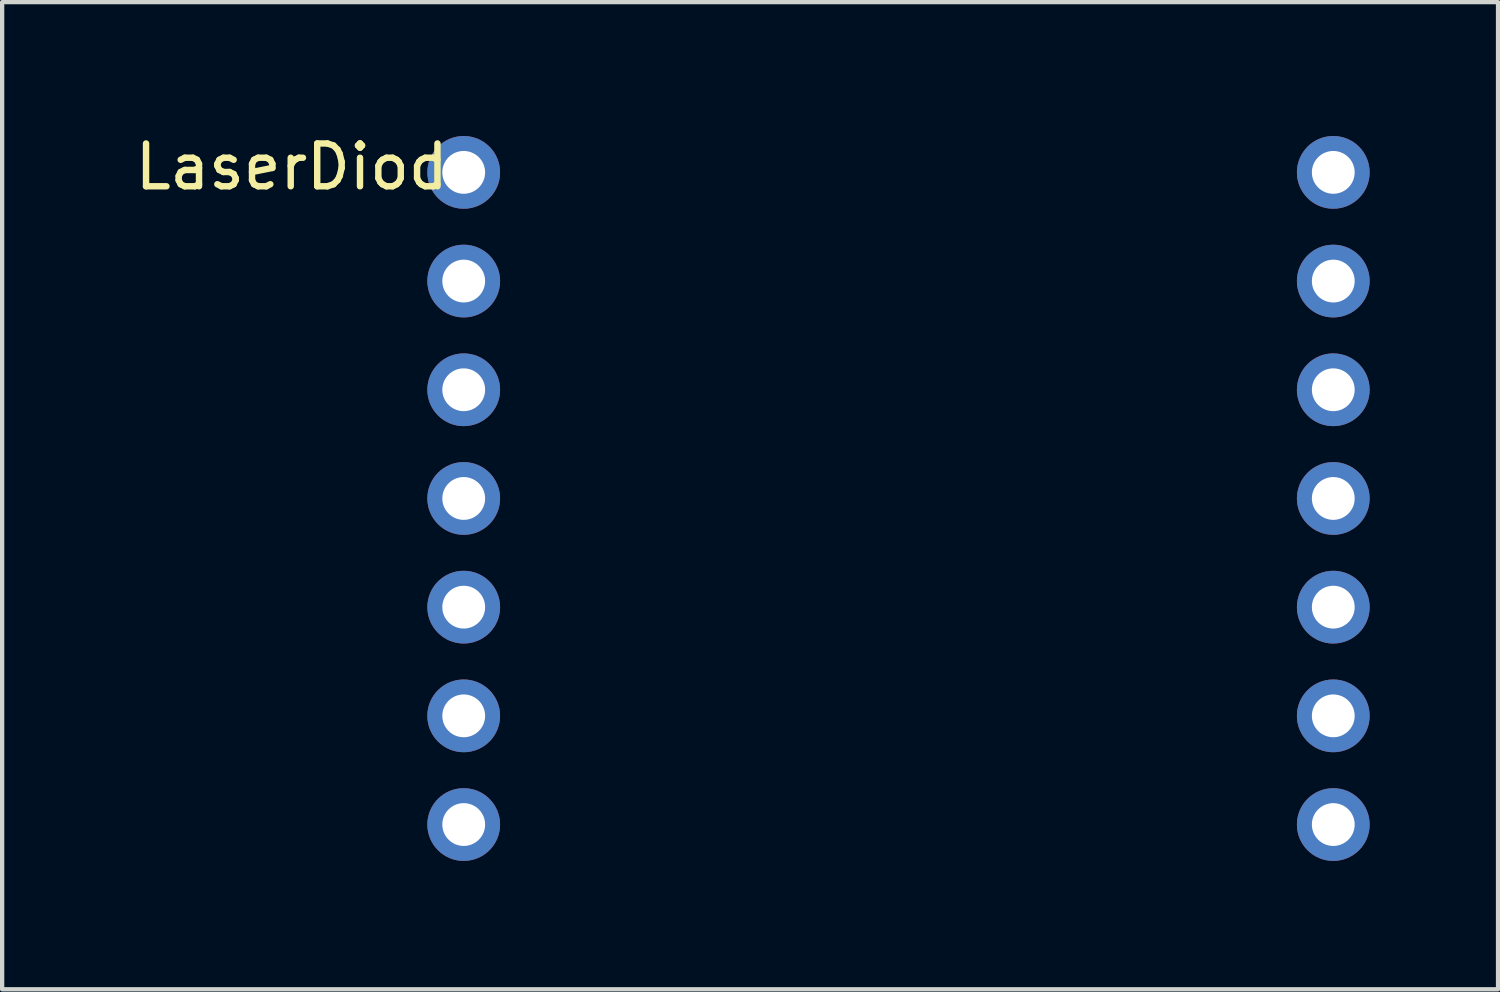
<source format=kicad_pcb>
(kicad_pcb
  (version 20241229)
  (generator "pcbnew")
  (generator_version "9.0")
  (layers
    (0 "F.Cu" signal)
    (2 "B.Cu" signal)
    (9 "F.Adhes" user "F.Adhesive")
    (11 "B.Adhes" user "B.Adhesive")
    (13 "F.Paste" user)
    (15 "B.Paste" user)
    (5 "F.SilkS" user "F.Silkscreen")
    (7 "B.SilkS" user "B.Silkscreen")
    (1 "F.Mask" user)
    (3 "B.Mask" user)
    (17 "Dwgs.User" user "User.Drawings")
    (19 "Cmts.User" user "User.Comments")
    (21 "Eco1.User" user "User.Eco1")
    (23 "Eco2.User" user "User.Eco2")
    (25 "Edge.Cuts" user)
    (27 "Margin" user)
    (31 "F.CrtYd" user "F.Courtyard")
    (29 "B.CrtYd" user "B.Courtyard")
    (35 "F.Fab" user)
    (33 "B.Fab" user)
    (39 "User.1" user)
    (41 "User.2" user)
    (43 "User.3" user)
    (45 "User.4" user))
  (footprint "LaserDiode"
    (layer "F.Cu")
    (at 17.946 8.598)
    (property "Reference" "LaserDiode" (at -13.75 -7.75 0) (layer "F.SilkS") (effects (font (size 1 1) (thickness 0.15))))
    (attr through_hole)
    (pad "1" thru_hole oval (at -10.16 -7.62) (size 1.7 1.7) (drill 1) (layers "*.Cu" "*.Mask"))
    (pad "2" thru_hole oval (at -10.16 -5.08) (size 1.7 1.7) (drill 1) (layers "*.Cu" "*.Mask"))
    (pad "3" thru_hole oval (at -10.16 -2.54) (size 1.7 1.7) (drill 1) (layers "*.Cu" "*.Mask"))
    (pad "4" thru_hole oval (at -10.16 0) (size 1.7 1.7) (drill 1) (layers "*.Cu" "*.Mask"))
    (pad "5" thru_hole oval (at -10.16 2.54) (size 1.7 1.7) (drill 1) (layers "*.Cu" "*.Mask"))
    (pad "6" thru_hole oval (at -10.16 5.08) (size 1.7 1.7) (drill 1) (layers "*.Cu" "*.Mask"))
    (pad "7" thru_hole oval (at -10.16 7.62) (size 1.7 1.7) (drill 1) (layers "*.Cu" "*.Mask"))
    (pad "8" thru_hole oval (at 10.16 7.62) (size 1.7 1.7) (drill 1) (layers "*.Cu" "*.Mask"))
    (pad "9" thru_hole oval (at 10.16 5.08) (size 1.7 1.7) (drill 1) (layers "*.Cu" "*.Mask"))
    (pad "10" thru_hole oval (at 10.16 2.54) (size 1.7 1.7) (drill 1) (layers "*.Cu" "*.Mask"))
    (pad "11" thru_hole oval (at 10.16 0) (size 1.7 1.7) (drill 1) (layers "*.Cu" "*.Mask"))
    (pad "12" thru_hole oval (at 10.16 -2.54) (size 1.7 1.7) (drill 1) (layers "*.Cu" "*.Mask"))
    (pad "13" thru_hole oval (at 10.16 -5.08) (size 1.7 1.7) (drill 1) (layers "*.Cu" "*.Mask"))
    (pad "14" thru_hole oval (at 10.16 -7.62) (size 1.7 1.7) (drill 1) (layers "*.Cu" "*.Mask")))
  (gr_rect
    (start -3 -3)
    (end 31.956 20.068)
    (stroke (width 0.1) (type default))
    (fill no)
    (layer "Edge.Cuts")))
</source>
